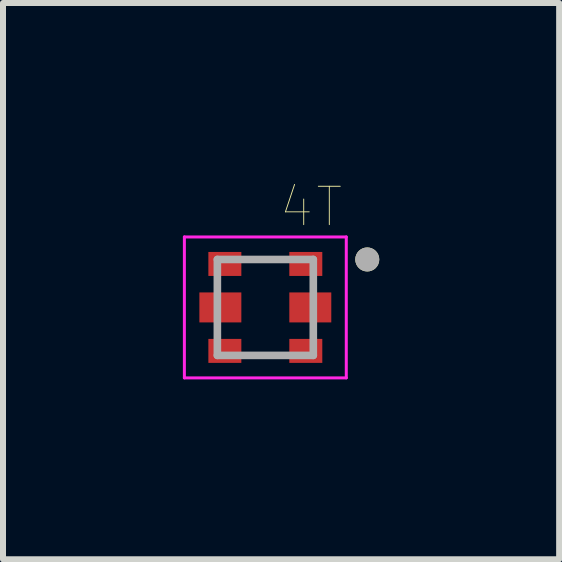
<source format=kicad_pcb>
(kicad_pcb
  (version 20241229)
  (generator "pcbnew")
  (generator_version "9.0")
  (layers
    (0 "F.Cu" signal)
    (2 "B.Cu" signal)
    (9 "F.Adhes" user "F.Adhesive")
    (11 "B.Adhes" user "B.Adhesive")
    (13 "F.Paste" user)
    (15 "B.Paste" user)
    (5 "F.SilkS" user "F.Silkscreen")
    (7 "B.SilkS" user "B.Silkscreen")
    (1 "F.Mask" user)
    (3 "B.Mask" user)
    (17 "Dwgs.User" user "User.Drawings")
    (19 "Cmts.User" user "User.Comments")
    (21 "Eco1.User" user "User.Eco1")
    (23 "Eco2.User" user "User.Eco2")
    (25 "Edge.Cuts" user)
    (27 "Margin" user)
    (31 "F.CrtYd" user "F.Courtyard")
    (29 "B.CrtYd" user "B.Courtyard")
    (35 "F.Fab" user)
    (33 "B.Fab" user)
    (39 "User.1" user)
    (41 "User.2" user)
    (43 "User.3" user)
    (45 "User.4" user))
  (footprint "4T"
    (layer "F.Cu")
    (at 1.375 2.077)
    (property "Reference" "4T" (at 0.762 -1.676 0) (layer "F.SilkS") (effects (font (size 0.64 0.64) (thickness 0.015))))
    (attr through_hole)
    (fp_circle (center 1.7 -0.8) (end 1.8 -0.8) (stroke (width 0.2) (type solid)) (fill no) (layer "F.SilkS"))
    (fp_line (start -1.35 -1.175) (end 1.35 -1.175) (stroke (width 0.05) (type solid)) (layer "F.CrtYd"))
    (fp_line (start -1.35 1.175) (end -1.35 -1.175) (stroke (width 0.05) (type solid)) (layer "F.CrtYd"))
    (fp_line (start 1.35 -1.175) (end 1.35 1.175) (stroke (width 0.05) (type solid)) (layer "F.CrtYd"))
    (fp_line (start 1.35 1.175) (end -1.35 1.175) (stroke (width 0.05) (type solid)) (layer "F.CrtYd"))
    (fp_line (start -0.8 -0.8) (end 0.8 -0.8) (stroke (width 0.127) (type solid)) (layer "F.Fab"))
    (fp_line (start -0.8 0.8) (end -0.8 -0.8) (stroke (width 0.127) (type solid)) (layer "F.Fab"))
    (fp_line (start 0.8 -0.8) (end 0.8 0.8) (stroke (width 0.127) (type solid)) (layer "F.Fab"))
    (fp_line (start 0.8 0.8) (end -0.8 0.8) (stroke (width 0.127) (type solid)) (layer "F.Fab"))
    (fp_circle (center 1.7 -0.8) (end 1.8 -0.8) (stroke (width 0.2) (type solid)) (fill no) (layer "F.Fab"))
    (pad "1" smd rect (at 0.675 -0.725) (size 0.55 0.4) (layers "F.Cu" "F.Mask" "F.Paste"))
    (pad "2" smd rect (at -0.675 -0.725) (size 0.55 0.4) (layers "F.Cu" "F.Mask" "F.Paste"))
    (pad "3" smd rect (at 0.75 0) (size 0.7 0.5) (layers "F.Cu" "F.Mask" "F.Paste"))
    (pad "4" smd rect (at -0.75 0) (size 0.7 0.5) (layers "F.Cu" "F.Mask" "F.Paste"))
    (pad "5" smd rect (at 0.675 0.725) (size 0.55 0.4) (layers "F.Cu" "F.Mask" "F.Paste"))
    (pad "6" smd rect (at -0.675 0.725) (size 0.55 0.4) (layers "F.Cu" "F.Mask" "F.Paste")))
  (gr_rect
    (start -3 -3)
    (end 6.275 6.277)
    (stroke (width 0.1) (type default))
    (fill no)
    (layer "Edge.Cuts")))
</source>
